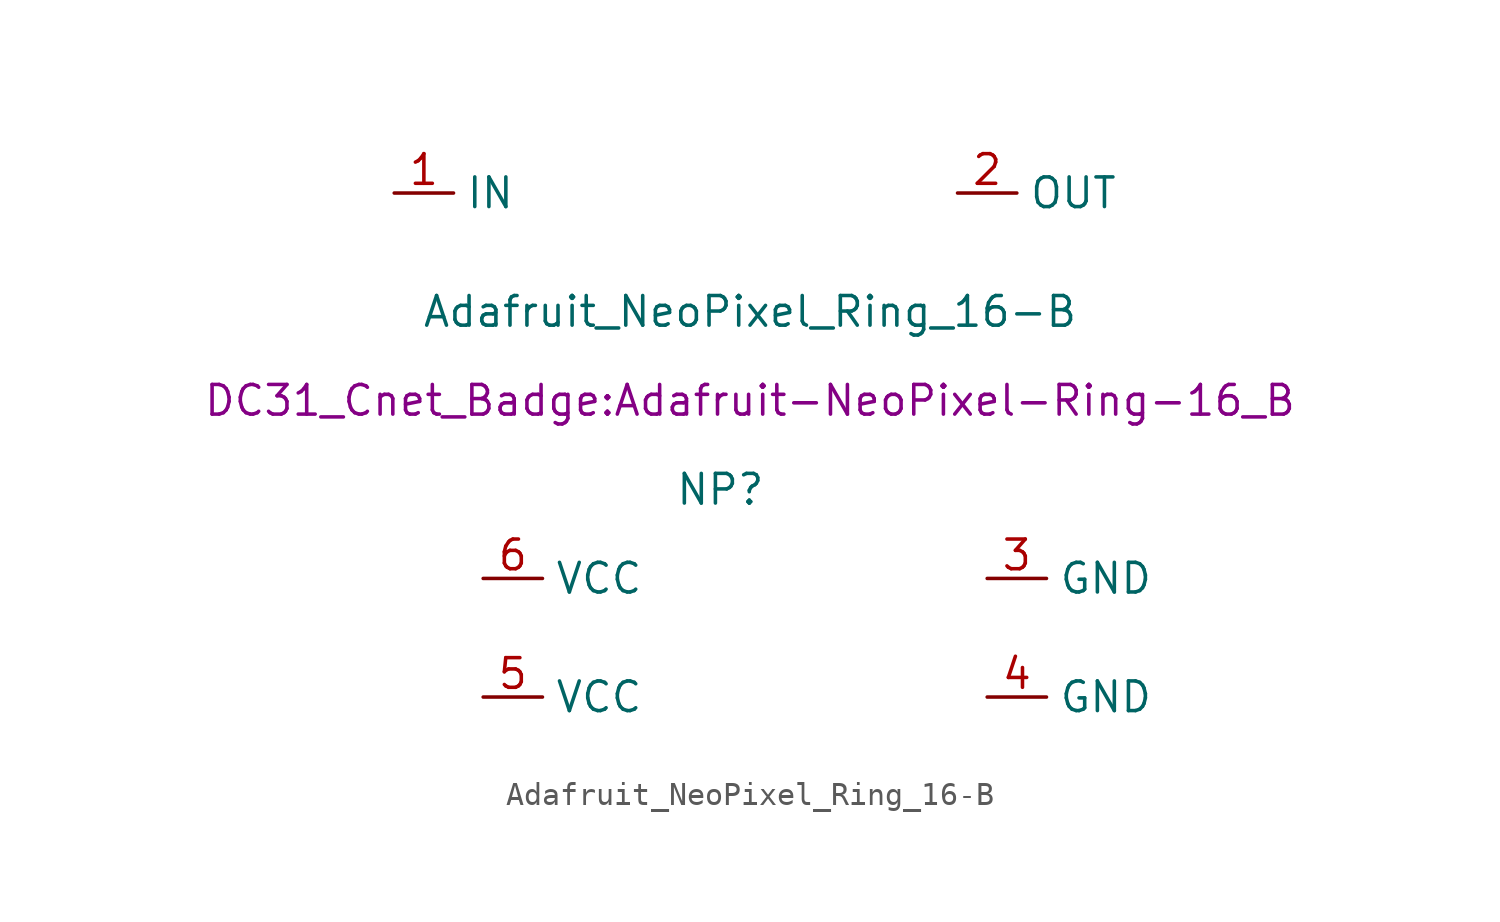
<source format=kicad_sym>
(kicad_symbol_lib
  (version 20220914)
  (generator kicad_symbol_editor)
  (symbol "Adafruit_NeoPixel_Ring_16-B"
    (property "Reference" "NP"
      (at 0 0 0)
      (effects (font (size 1.27 1.27))))
    (property "Value" "Adafruit_NeoPixel_Ring_16-B"
      (at 1.27 7.62 0)
      (effects (font (size 1.27 1.27))))
    (property "Footprint" "DC31_Cnet_Badge:Adafruit-NeoPixel-Ring-16_B"
      (at 1.27 3.81 0)
      (effects (font (size 1.27 1.27))))
    (symbol "Adafruit_NeoPixel_Ring_16-B_1_1"
      (pin input line (at -13.97 12.7 0) (length 2.54) (name "IN" (effects (font (size 1.27 1.27)))) (number "1" (effects (font (size 1.27 1.27)))))
      (pin output line (at 10.16 12.7 0) (length 2.54) (name "OUT" (effects (font (size 1.27 1.27)))) (number "2" (effects (font (size 1.27 1.27)))))
      (pin power_in line (at 11.43 -3.81 0) (length 2.54) (name "GND" (effects (font (size 1.27 1.27)))) (number "3" (effects (font (size 1.27 1.27)))))
      (pin power_in line (at 11.43 -8.89 0) (length 2.54) (name "GND" (effects (font (size 1.27 1.27)))) (number "4" (effects (font (size 1.27 1.27)))))
      (pin power_in line (at -10.16 -8.89 0) (length 2.54) (name "VCC" (effects (font (size 1.27 1.27)))) (number "5" (effects (font (size 1.27 1.27)))))
      (pin power_in line (at -10.16 -3.81 0) (length 2.54) (name "VCC" (effects (font (size 1.27 1.27)))) (number "6" (effects (font (size 1.27 1.27))))))))
</source>
